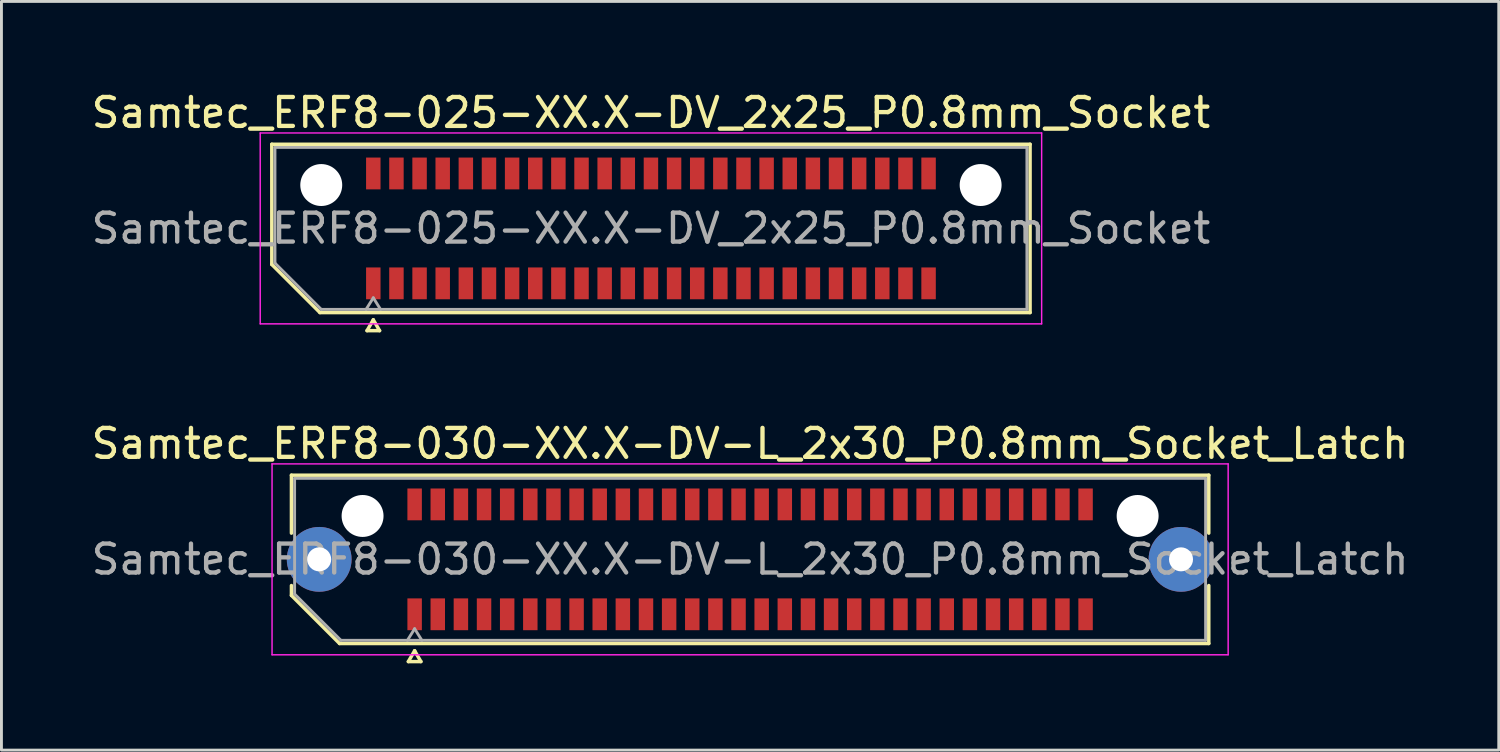
<source format=kicad_pcb>
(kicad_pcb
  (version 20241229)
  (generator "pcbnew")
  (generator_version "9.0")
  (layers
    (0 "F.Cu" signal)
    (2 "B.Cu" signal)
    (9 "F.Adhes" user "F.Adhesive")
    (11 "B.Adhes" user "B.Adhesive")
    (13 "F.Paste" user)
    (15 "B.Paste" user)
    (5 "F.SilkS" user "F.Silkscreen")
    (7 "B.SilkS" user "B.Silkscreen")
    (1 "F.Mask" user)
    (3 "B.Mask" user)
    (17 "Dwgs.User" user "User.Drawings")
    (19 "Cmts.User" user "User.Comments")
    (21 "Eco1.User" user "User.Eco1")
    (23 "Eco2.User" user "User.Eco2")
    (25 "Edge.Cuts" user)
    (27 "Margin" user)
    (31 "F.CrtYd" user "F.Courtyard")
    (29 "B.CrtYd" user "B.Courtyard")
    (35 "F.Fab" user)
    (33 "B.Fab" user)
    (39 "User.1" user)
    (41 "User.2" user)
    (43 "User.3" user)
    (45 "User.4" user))
  (footprint "Samtec_ERF8-030-XX.X-DV-L_2x30_P0.8mm_Socket_Latch"
    (layer "F.Cu")
    (at 22.887 16.291)
    (property "Reference" "Samtec_ERF8-030-XX.X-DV-L_2x30_P0.8mm_Socket_Latch" (at 0 -4 0) (layer "F.SilkS") (effects (font (size 1 1) (thickness 0.15))))
    (attr smd)
    (fp_line (start -15.86 -2.91) (end 15.86 -2.91) (stroke (width 0.12) (type solid)) (layer "F.SilkS"))
    (fp_line (start -15.86 -0.906) (end -15.86 -2.91) (stroke (width 0.12) (type solid)) (layer "F.SilkS"))
    (fp_line (start -15.86 1.246) (end -15.86 0.906) (stroke (width 0.12) (type solid)) (layer "F.SilkS"))
    (fp_line (start -14.196 2.91) (end -15.86 1.246) (stroke (width 0.12) (type solid)) (layer "F.SilkS"))
    (fp_line (start -11.817 3.535) (end -11.6 3.16) (stroke (width 0.12) (type solid)) (layer "F.SilkS"))
    (fp_line (start -11.6 3.16) (end -11.383 3.535) (stroke (width 0.12) (type solid)) (layer "F.SilkS"))
    (fp_line (start -11.383 3.535) (end -11.817 3.535) (stroke (width 0.12) (type solid)) (layer "F.SilkS"))
    (fp_line (start 15.86 -2.91) (end 15.86 -0.906) (stroke (width 0.12) (type solid)) (layer "F.SilkS"))
    (fp_line (start 15.86 0.906) (end 15.86 2.91) (stroke (width 0.12) (type solid)) (layer "F.SilkS"))
    (fp_line (start 15.86 2.91) (end -14.196 2.91) (stroke (width 0.12) (type solid)) (layer "F.SilkS"))
    (fp_line (start -16.53 -3.3) (end -16.53 3.3) (stroke (width 0.05) (type solid)) (layer "F.CrtYd"))
    (fp_line (start -16.53 3.3) (end 16.53 3.3) (stroke (width 0.05) (type solid)) (layer "F.CrtYd"))
    (fp_line (start 16.53 -3.3) (end -16.53 -3.3) (stroke (width 0.05) (type solid)) (layer "F.CrtYd"))
    (fp_line (start 16.53 3.3) (end 16.53 -3.3) (stroke (width 0.05) (type solid)) (layer "F.CrtYd"))
    (fp_line (start -15.75 -2.8) (end 15.75 -2.8) (stroke (width 0.1) (type solid)) (layer "F.Fab"))
    (fp_line (start -15.75 1.2) (end -15.75 -2.8) (stroke (width 0.1) (type solid)) (layer "F.Fab"))
    (fp_line (start -14.15 2.8) (end -15.75 1.2) (stroke (width 0.1) (type solid)) (layer "F.Fab"))
    (fp_line (start -11.6 2.4) (end -11.85 2.8) (stroke (width 0.1) (type solid)) (layer "F.Fab"))
    (fp_line (start -11.6 2.4) (end -11.35 2.8) (stroke (width 0.1) (type solid)) (layer "F.Fab"))
    (fp_line (start 15.75 -2.8) (end 15.75 2.8) (stroke (width 0.1) (type solid)) (layer "F.Fab"))
    (fp_line (start 15.75 2.8) (end -14.15 2.8) (stroke (width 0.1) (type solid)) (layer "F.Fab"))
    (fp_text user "${REFERENCE}" (at 0 0 0) (layer "F.Fab") (effects (font (size 1 1) (thickness 0.15))))
    (pad "" thru_hole circle (at -14.9 0) (size 2.24 2.24) (drill 0.83) (layers "*.Cu" "*.Mask" "F.Paste"))
    (pad "" np_thru_hole circle (at -13.4 -1.5) (size 1.45 1.45) (drill 1.45) (layers "*.Cu" "*.Mask"))
    (pad "" np_thru_hole circle (at 13.4 -1.5) (size 1.45 1.45) (drill 1.45) (layers "*.Cu" "*.Mask"))
    (pad "" thru_hole circle (at 14.9 0) (size 2.24 2.24) (drill 0.83) (layers "*.Cu" "*.Mask" "F.Paste"))
    (pad "1" smd rect (at -11.6 1.9) (size 0.5 1.1) (layers "F.Cu" "F.Mask" "F.Paste"))
    (pad "2" smd rect (at -11.6 -1.9) (size 0.5 1.1) (layers "F.Cu" "F.Mask" "F.Paste"))
    (pad "3" smd rect (at -10.8 1.9) (size 0.5 1.1) (layers "F.Cu" "F.Mask" "F.Paste"))
    (pad "4" smd rect (at -10.8 -1.9) (size 0.5 1.1) (layers "F.Cu" "F.Mask" "F.Paste"))
    (pad "5" smd rect (at -10 1.9) (size 0.5 1.1) (layers "F.Cu" "F.Mask" "F.Paste"))
    (pad "6" smd rect (at -10 -1.9) (size 0.5 1.1) (layers "F.Cu" "F.Mask" "F.Paste"))
    (pad "7" smd rect (at -9.2 1.9) (size 0.5 1.1) (layers "F.Cu" "F.Mask" "F.Paste"))
    (pad "8" smd rect (at -9.2 -1.9) (size 0.5 1.1) (layers "F.Cu" "F.Mask" "F.Paste"))
    (pad "9" smd rect (at -8.4 1.9) (size 0.5 1.1) (layers "F.Cu" "F.Mask" "F.Paste"))
    (pad "10" smd rect (at -8.4 -1.9) (size 0.5 1.1) (layers "F.Cu" "F.Mask" "F.Paste"))
    (pad "11" smd rect (at -7.6 1.9) (size 0.5 1.1) (layers "F.Cu" "F.Mask" "F.Paste"))
    (pad "12" smd rect (at -7.6 -1.9) (size 0.5 1.1) (layers "F.Cu" "F.Mask" "F.Paste"))
    (pad "13" smd rect (at -6.8 1.9) (size 0.5 1.1) (layers "F.Cu" "F.Mask" "F.Paste"))
    (pad "14" smd rect (at -6.8 -1.9) (size 0.5 1.1) (layers "F.Cu" "F.Mask" "F.Paste"))
    (pad "15" smd rect (at -6 1.9) (size 0.5 1.1) (layers "F.Cu" "F.Mask" "F.Paste"))
    (pad "16" smd rect (at -6 -1.9) (size 0.5 1.1) (layers "F.Cu" "F.Mask" "F.Paste"))
    (pad "17" smd rect (at -5.2 1.9) (size 0.5 1.1) (layers "F.Cu" "F.Mask" "F.Paste"))
    (pad "18" smd rect (at -5.2 -1.9) (size 0.5 1.1) (layers "F.Cu" "F.Mask" "F.Paste"))
    (pad "19" smd rect (at -4.4 1.9) (size 0.5 1.1) (layers "F.Cu" "F.Mask" "F.Paste"))
    (pad "20" smd rect (at -4.4 -1.9) (size 0.5 1.1) (layers "F.Cu" "F.Mask" "F.Paste"))
    (pad "21" smd rect (at -3.6 1.9) (size 0.5 1.1) (layers "F.Cu" "F.Mask" "F.Paste"))
    (pad "22" smd rect (at -3.6 -1.9) (size 0.5 1.1) (layers "F.Cu" "F.Mask" "F.Paste"))
    (pad "23" smd rect (at -2.8 1.9) (size 0.5 1.1) (layers "F.Cu" "F.Mask" "F.Paste"))
    (pad "24" smd rect (at -2.8 -1.9) (size 0.5 1.1) (layers "F.Cu" "F.Mask" "F.Paste"))
    (pad "25" smd rect (at -2 1.9) (size 0.5 1.1) (layers "F.Cu" "F.Mask" "F.Paste"))
    (pad "26" smd rect (at -2 -1.9) (size 0.5 1.1) (layers "F.Cu" "F.Mask" "F.Paste"))
    (pad "27" smd rect (at -1.2 1.9) (size 0.5 1.1) (layers "F.Cu" "F.Mask" "F.Paste"))
    (pad "28" smd rect (at -1.2 -1.9) (size 0.5 1.1) (layers "F.Cu" "F.Mask" "F.Paste"))
    (pad "29" smd rect (at -0.4 1.9) (size 0.5 1.1) (layers "F.Cu" "F.Mask" "F.Paste"))
    (pad "30" smd rect (at -0.4 -1.9) (size 0.5 1.1) (layers "F.Cu" "F.Mask" "F.Paste"))
    (pad "31" smd rect (at 0.4 1.9) (size 0.5 1.1) (layers "F.Cu" "F.Mask" "F.Paste"))
    (pad "32" smd rect (at 0.4 -1.9) (size 0.5 1.1) (layers "F.Cu" "F.Mask" "F.Paste"))
    (pad "33" smd rect (at 1.2 1.9) (size 0.5 1.1) (layers "F.Cu" "F.Mask" "F.Paste"))
    (pad "34" smd rect (at 1.2 -1.9) (size 0.5 1.1) (layers "F.Cu" "F.Mask" "F.Paste"))
    (pad "35" smd rect (at 2 1.9) (size 0.5 1.1) (layers "F.Cu" "F.Mask" "F.Paste"))
    (pad "36" smd rect (at 2 -1.9) (size 0.5 1.1) (layers "F.Cu" "F.Mask" "F.Paste"))
    (pad "37" smd rect (at 2.8 1.9) (size 0.5 1.1) (layers "F.Cu" "F.Mask" "F.Paste"))
    (pad "38" smd rect (at 2.8 -1.9) (size 0.5 1.1) (layers "F.Cu" "F.Mask" "F.Paste"))
    (pad "39" smd rect (at 3.6 1.9) (size 0.5 1.1) (layers "F.Cu" "F.Mask" "F.Paste"))
    (pad "40" smd rect (at 3.6 -1.9) (size 0.5 1.1) (layers "F.Cu" "F.Mask" "F.Paste"))
    (pad "41" smd rect (at 4.4 1.9) (size 0.5 1.1) (layers "F.Cu" "F.Mask" "F.Paste"))
    (pad "42" smd rect (at 4.4 -1.9) (size 0.5 1.1) (layers "F.Cu" "F.Mask" "F.Paste"))
    (pad "43" smd rect (at 5.2 1.9) (size 0.5 1.1) (layers "F.Cu" "F.Mask" "F.Paste"))
    (pad "44" smd rect (at 5.2 -1.9) (size 0.5 1.1) (layers "F.Cu" "F.Mask" "F.Paste"))
    (pad "45" smd rect (at 6 1.9) (size 0.5 1.1) (layers "F.Cu" "F.Mask" "F.Paste"))
    (pad "46" smd rect (at 6 -1.9) (size 0.5 1.1) (layers "F.Cu" "F.Mask" "F.Paste"))
    (pad "47" smd rect (at 6.8 1.9) (size 0.5 1.1) (layers "F.Cu" "F.Mask" "F.Paste"))
    (pad "48" smd rect (at 6.8 -1.9) (size 0.5 1.1) (layers "F.Cu" "F.Mask" "F.Paste"))
    (pad "49" smd rect (at 7.6 1.9) (size 0.5 1.1) (layers "F.Cu" "F.Mask" "F.Paste"))
    (pad "50" smd rect (at 7.6 -1.9) (size 0.5 1.1) (layers "F.Cu" "F.Mask" "F.Paste"))
    (pad "51" smd rect (at 8.4 1.9) (size 0.5 1.1) (layers "F.Cu" "F.Mask" "F.Paste"))
    (pad "52" smd rect (at 8.4 -1.9) (size 0.5 1.1) (layers "F.Cu" "F.Mask" "F.Paste"))
    (pad "53" smd rect (at 9.2 1.9) (size 0.5 1.1) (layers "F.Cu" "F.Mask" "F.Paste"))
    (pad "54" smd rect (at 9.2 -1.9) (size 0.5 1.1) (layers "F.Cu" "F.Mask" "F.Paste"))
    (pad "55" smd rect (at 10 1.9) (size 0.5 1.1) (layers "F.Cu" "F.Mask" "F.Paste"))
    (pad "56" smd rect (at 10 -1.9) (size 0.5 1.1) (layers "F.Cu" "F.Mask" "F.Paste"))
    (pad "57" smd rect (at 10.8 1.9) (size 0.5 1.1) (layers "F.Cu" "F.Mask" "F.Paste"))
    (pad "58" smd rect (at 10.8 -1.9) (size 0.5 1.1) (layers "F.Cu" "F.Mask" "F.Paste"))
    (pad "59" smd rect (at 11.6 1.9) (size 0.5 1.1) (layers "F.Cu" "F.Mask" "F.Paste"))
    (pad "60" smd rect (at 11.6 -1.9) (size 0.5 1.1) (layers "F.Cu" "F.Mask" "F.Paste")))
  (footprint "Samtec_ERF8-025-XX.X-DV_2x25_P0.8mm_Socket"
    (layer "F.Cu")
    (at 19.458 4.848)
    (property "Reference" "Samtec_ERF8-025-XX.X-DV_2x25_P0.8mm_Socket" (at 0 -4 0) (layer "F.SilkS") (effects (font (size 1 1) (thickness 0.15))))
    (attr smd)
    (fp_line (start -13.11 -2.91) (end 13.11 -2.91) (stroke (width 0.12) (type solid)) (layer "F.SilkS"))
    (fp_line (start -13.11 1.246) (end -13.11 -2.91) (stroke (width 0.12) (type solid)) (layer "F.SilkS"))
    (fp_line (start -11.446 2.91) (end -13.11 1.246) (stroke (width 0.12) (type solid)) (layer "F.SilkS"))
    (fp_line (start -9.817 3.535) (end -9.6 3.16) (stroke (width 0.12) (type solid)) (layer "F.SilkS"))
    (fp_line (start -9.6 3.16) (end -9.383 3.535) (stroke (width 0.12) (type solid)) (layer "F.SilkS"))
    (fp_line (start -9.383 3.535) (end -9.817 3.535) (stroke (width 0.12) (type solid)) (layer "F.SilkS"))
    (fp_line (start 13.11 -2.91) (end 13.11 2.91) (stroke (width 0.12) (type solid)) (layer "F.SilkS"))
    (fp_line (start 13.11 2.91) (end -11.446 2.91) (stroke (width 0.12) (type solid)) (layer "F.SilkS"))
    (fp_line (start -13.51 -3.3) (end -13.51 3.3) (stroke (width 0.05) (type solid)) (layer "F.CrtYd"))
    (fp_line (start -13.51 3.3) (end 13.51 3.3) (stroke (width 0.05) (type solid)) (layer "F.CrtYd"))
    (fp_line (start 13.51 -3.3) (end -13.51 -3.3) (stroke (width 0.05) (type solid)) (layer "F.CrtYd"))
    (fp_line (start 13.51 3.3) (end 13.51 -3.3) (stroke (width 0.05) (type solid)) (layer "F.CrtYd"))
    (fp_line (start -13 -2.8) (end 13 -2.8) (stroke (width 0.1) (type solid)) (layer "F.Fab"))
    (fp_line (start -13 1.2) (end -13 -2.8) (stroke (width 0.1) (type solid)) (layer "F.Fab"))
    (fp_line (start -11.4 2.8) (end -13 1.2) (stroke (width 0.1) (type solid)) (layer "F.Fab"))
    (fp_line (start -9.6 2.4) (end -9.85 2.8) (stroke (width 0.1) (type solid)) (layer "F.Fab"))
    (fp_line (start -9.6 2.4) (end -9.35 2.8) (stroke (width 0.1) (type solid)) (layer "F.Fab"))
    (fp_line (start 13 -2.8) (end 13 2.8) (stroke (width 0.1) (type solid)) (layer "F.Fab"))
    (fp_line (start 13 2.8) (end -11.4 2.8) (stroke (width 0.1) (type solid)) (layer "F.Fab"))
    (fp_text user "${REFERENCE}" (at 0 0 0) (layer "F.Fab") (effects (font (size 1 1) (thickness 0.15))))
    (pad "" np_thru_hole circle (at -11.4 -1.5) (size 1.45 1.45) (drill 1.45) (layers "*.Cu" "*.Mask"))
    (pad "" np_thru_hole circle (at 11.4 -1.5) (size 1.45 1.45) (drill 1.45) (layers "*.Cu" "*.Mask"))
    (pad "1" smd rect (at -9.6 1.9) (size 0.5 1.1) (layers "F.Cu" "F.Mask" "F.Paste"))
    (pad "2" smd rect (at -9.6 -1.9) (size 0.5 1.1) (layers "F.Cu" "F.Mask" "F.Paste"))
    (pad "3" smd rect (at -8.8 1.9) (size 0.5 1.1) (layers "F.Cu" "F.Mask" "F.Paste"))
    (pad "4" smd rect (at -8.8 -1.9) (size 0.5 1.1) (layers "F.Cu" "F.Mask" "F.Paste"))
    (pad "5" smd rect (at -8 1.9) (size 0.5 1.1) (layers "F.Cu" "F.Mask" "F.Paste"))
    (pad "6" smd rect (at -8 -1.9) (size 0.5 1.1) (layers "F.Cu" "F.Mask" "F.Paste"))
    (pad "7" smd rect (at -7.2 1.9) (size 0.5 1.1) (layers "F.Cu" "F.Mask" "F.Paste"))
    (pad "8" smd rect (at -7.2 -1.9) (size 0.5 1.1) (layers "F.Cu" "F.Mask" "F.Paste"))
    (pad "9" smd rect (at -6.4 1.9) (size 0.5 1.1) (layers "F.Cu" "F.Mask" "F.Paste"))
    (pad "10" smd rect (at -6.4 -1.9) (size 0.5 1.1) (layers "F.Cu" "F.Mask" "F.Paste"))
    (pad "11" smd rect (at -5.6 1.9) (size 0.5 1.1) (layers "F.Cu" "F.Mask" "F.Paste"))
    (pad "12" smd rect (at -5.6 -1.9) (size 0.5 1.1) (layers "F.Cu" "F.Mask" "F.Paste"))
    (pad "13" smd rect (at -4.8 1.9) (size 0.5 1.1) (layers "F.Cu" "F.Mask" "F.Paste"))
    (pad "14" smd rect (at -4.8 -1.9) (size 0.5 1.1) (layers "F.Cu" "F.Mask" "F.Paste"))
    (pad "15" smd rect (at -4 1.9) (size 0.5 1.1) (layers "F.Cu" "F.Mask" "F.Paste"))
    (pad "16" smd rect (at -4 -1.9) (size 0.5 1.1) (layers "F.Cu" "F.Mask" "F.Paste"))
    (pad "17" smd rect (at -3.2 1.9) (size 0.5 1.1) (layers "F.Cu" "F.Mask" "F.Paste"))
    (pad "18" smd rect (at -3.2 -1.9) (size 0.5 1.1) (layers "F.Cu" "F.Mask" "F.Paste"))
    (pad "19" smd rect (at -2.4 1.9) (size 0.5 1.1) (layers "F.Cu" "F.Mask" "F.Paste"))
    (pad "20" smd rect (at -2.4 -1.9) (size 0.5 1.1) (layers "F.Cu" "F.Mask" "F.Paste"))
    (pad "21" smd rect (at -1.6 1.9) (size 0.5 1.1) (layers "F.Cu" "F.Mask" "F.Paste"))
    (pad "22" smd rect (at -1.6 -1.9) (size 0.5 1.1) (layers "F.Cu" "F.Mask" "F.Paste"))
    (pad "23" smd rect (at -0.8 1.9) (size 0.5 1.1) (layers "F.Cu" "F.Mask" "F.Paste"))
    (pad "24" smd rect (at -0.8 -1.9) (size 0.5 1.1) (layers "F.Cu" "F.Mask" "F.Paste"))
    (pad "25" smd rect (at 0 1.9) (size 0.5 1.1) (layers "F.Cu" "F.Mask" "F.Paste"))
    (pad "26" smd rect (at 0 -1.9) (size 0.5 1.1) (layers "F.Cu" "F.Mask" "F.Paste"))
    (pad "27" smd rect (at 0.8 1.9) (size 0.5 1.1) (layers "F.Cu" "F.Mask" "F.Paste"))
    (pad "28" smd rect (at 0.8 -1.9) (size 0.5 1.1) (layers "F.Cu" "F.Mask" "F.Paste"))
    (pad "29" smd rect (at 1.6 1.9) (size 0.5 1.1) (layers "F.Cu" "F.Mask" "F.Paste"))
    (pad "30" smd rect (at 1.6 -1.9) (size 0.5 1.1) (layers "F.Cu" "F.Mask" "F.Paste"))
    (pad "31" smd rect (at 2.4 1.9) (size 0.5 1.1) (layers "F.Cu" "F.Mask" "F.Paste"))
    (pad "32" smd rect (at 2.4 -1.9) (size 0.5 1.1) (layers "F.Cu" "F.Mask" "F.Paste"))
    (pad "33" smd rect (at 3.2 1.9) (size 0.5 1.1) (layers "F.Cu" "F.Mask" "F.Paste"))
    (pad "34" smd rect (at 3.2 -1.9) (size 0.5 1.1) (layers "F.Cu" "F.Mask" "F.Paste"))
    (pad "35" smd rect (at 4 1.9) (size 0.5 1.1) (layers "F.Cu" "F.Mask" "F.Paste"))
    (pad "36" smd rect (at 4 -1.9) (size 0.5 1.1) (layers "F.Cu" "F.Mask" "F.Paste"))
    (pad "37" smd rect (at 4.8 1.9) (size 0.5 1.1) (layers "F.Cu" "F.Mask" "F.Paste"))
    (pad "38" smd rect (at 4.8 -1.9) (size 0.5 1.1) (layers "F.Cu" "F.Mask" "F.Paste"))
    (pad "39" smd rect (at 5.6 1.9) (size 0.5 1.1) (layers "F.Cu" "F.Mask" "F.Paste"))
    (pad "40" smd rect (at 5.6 -1.9) (size 0.5 1.1) (layers "F.Cu" "F.Mask" "F.Paste"))
    (pad "41" smd rect (at 6.4 1.9) (size 0.5 1.1) (layers "F.Cu" "F.Mask" "F.Paste"))
    (pad "42" smd rect (at 6.4 -1.9) (size 0.5 1.1) (layers "F.Cu" "F.Mask" "F.Paste"))
    (pad "43" smd rect (at 7.2 1.9) (size 0.5 1.1) (layers "F.Cu" "F.Mask" "F.Paste"))
    (pad "44" smd rect (at 7.2 -1.9) (size 0.5 1.1) (layers "F.Cu" "F.Mask" "F.Paste"))
    (pad "45" smd rect (at 8 1.9) (size 0.5 1.1) (layers "F.Cu" "F.Mask" "F.Paste"))
    (pad "46" smd rect (at 8 -1.9) (size 0.5 1.1) (layers "F.Cu" "F.Mask" "F.Paste"))
    (pad "47" smd rect (at 8.8 1.9) (size 0.5 1.1) (layers "F.Cu" "F.Mask" "F.Paste"))
    (pad "48" smd rect (at 8.8 -1.9) (size 0.5 1.1) (layers "F.Cu" "F.Mask" "F.Paste"))
    (pad "49" smd rect (at 9.6 1.9) (size 0.5 1.1) (layers "F.Cu" "F.Mask" "F.Paste"))
    (pad "50" smd rect (at 9.6 -1.9) (size 0.5 1.1) (layers "F.Cu" "F.Mask" "F.Paste")))
  (gr_rect
    (start -3 -3)
    (end 48.774 22.887)
    (stroke (width 0.1) (type default))
    (fill no)
    (layer "Edge.Cuts")))
</source>
